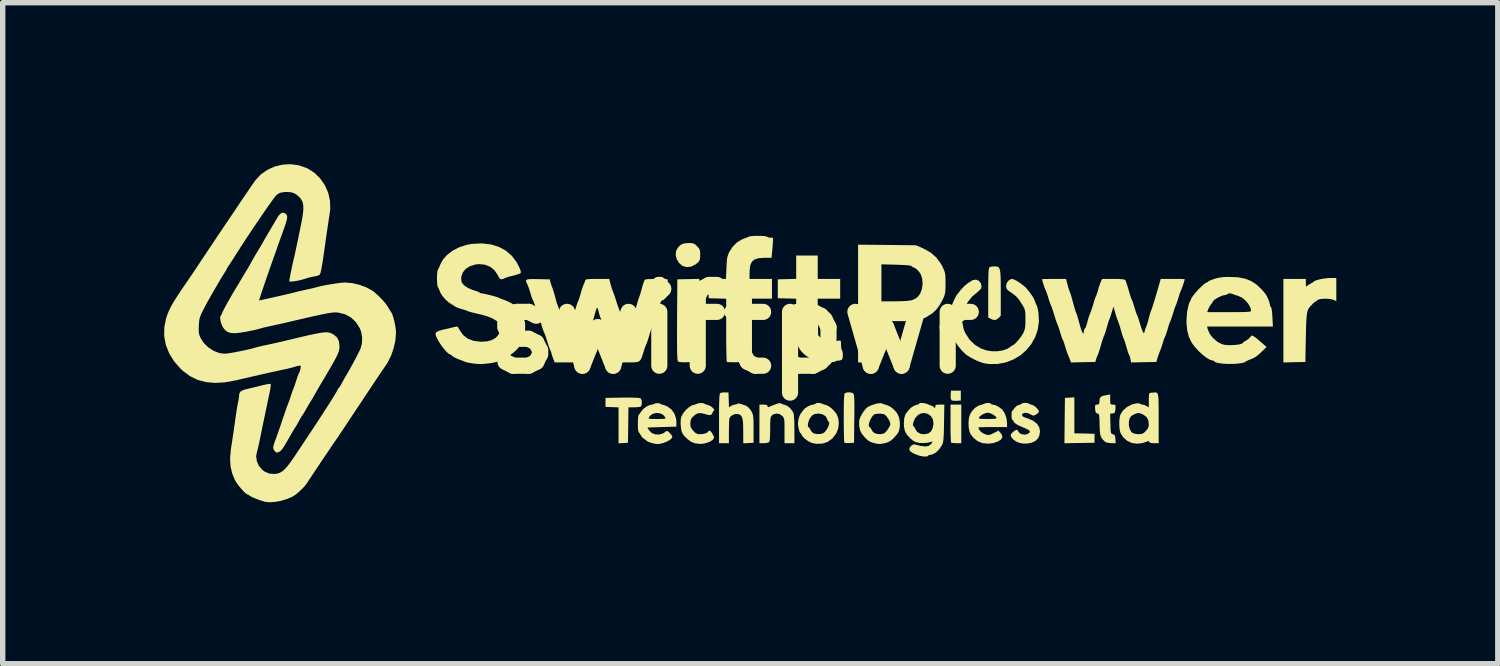
<source format=kicad_pcb>
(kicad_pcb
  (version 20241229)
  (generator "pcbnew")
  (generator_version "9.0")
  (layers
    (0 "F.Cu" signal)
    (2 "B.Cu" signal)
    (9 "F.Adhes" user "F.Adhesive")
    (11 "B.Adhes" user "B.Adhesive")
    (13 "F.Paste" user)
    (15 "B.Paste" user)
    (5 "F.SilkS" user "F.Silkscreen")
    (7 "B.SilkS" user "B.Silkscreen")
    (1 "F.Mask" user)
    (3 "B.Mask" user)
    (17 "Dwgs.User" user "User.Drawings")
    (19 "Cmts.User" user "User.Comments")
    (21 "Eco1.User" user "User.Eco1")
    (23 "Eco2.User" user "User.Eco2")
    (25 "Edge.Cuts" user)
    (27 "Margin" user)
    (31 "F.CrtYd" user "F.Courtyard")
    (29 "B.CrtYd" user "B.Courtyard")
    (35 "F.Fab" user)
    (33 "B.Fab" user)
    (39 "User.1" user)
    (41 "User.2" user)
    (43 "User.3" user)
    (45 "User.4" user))
  (footprint "swiftpwr"
    (layer "F.Cu")
    (at 10.59 3.065)
    (property "Reference" "swiftpwr" (at 0 0 0) (layer "F.SilkS") (effects (font (size 1.5 1.5) (thickness 0.3))))
    (attr board_only exclude_from_pos_files exclude_from_bom)
    (fp_poly (pts (xy 4.208 1.234) (xy 4.208 1.326) (xy 4.133 1.33) (xy 4.083 1.33) (xy 4.045 1.324) (xy 4.036 1.32) (xy 4.022 1.291) (xy 4.019 1.233) (xy 4.02 1.224) (xy 4.025 1.142) (xy 4.117 1.142) (xy 4.208 1.142)) (stroke (width 0) (type solid)) (fill yes) (layer "F.SilkS"))
    (fp_poly (pts (xy 6.317 1.6) (xy 6.317 1.934) (xy 6.504 1.938) (xy 6.692 1.943) (xy 6.692 2.026) (xy 6.692 2.11) (xy 6.412 2.114) (xy 6.133 2.119) (xy 6.137 1.697) (xy 6.142 1.276) (xy 6.229 1.271) (xy 6.317 1.266)) (stroke (width 0) (type solid)) (fill yes) (layer "F.SilkS"))
    (fp_poly (pts (xy 4.217 1.759) (xy 4.217 2.118) (xy 4.128 2.118) (xy 4.076 2.116) (xy 4.039 2.111) (xy 4.028 2.107) (xy 4.024 2.088) (xy 4.022 2.04) (xy 4.019 1.969) (xy 4.017 1.881) (xy 4.017 1.779) (xy 4.017 1.748) (xy 4.017 1.401) (xy 4.117 1.401) (xy 4.217 1.401)) (stroke (width 0) (type solid)) (fill yes) (layer "F.SilkS"))
    (fp_poly (pts (xy -0.654 -0.163) (xy -0.658 0.609) (xy -0.843 0.613) (xy -0.931 0.615) (xy -0.99 0.613) (xy -1.027 0.607) (xy -1.046 0.597) (xy -1.048 0.595) (xy -1.053 0.579) (xy -1.057 0.542) (xy -1.06 0.484) (xy -1.062 0.401) (xy -1.063 0.292) (xy -1.064 0.156) (xy -1.063 -0.011) (xy -1.063 -0.177) (xy -1.058 -0.926) (xy -0.854 -0.93) (xy -0.65 -0.935)) (stroke (width 0) (type solid)) (fill yes) (layer "F.SilkS"))
    (fp_poly (pts (xy -1.853 1.272) (xy -1.787 1.275) (xy -1.749 1.282) (xy -1.74 1.286) (xy -1.723 1.316) (xy -1.717 1.36) (xy -1.721 1.404) (xy -1.735 1.435) (xy -1.743 1.441) (xy -1.773 1.446) (xy -1.824 1.45) (xy -1.868 1.451) (xy -1.966 1.451) (xy -1.97 1.78) (xy -1.975 2.11) (xy -2.062 2.115) (xy -2.15 2.12) (xy -2.15 1.786) (xy -2.15 1.452) (xy -2.271 1.448) (xy -2.392 1.443) (xy -2.392 1.359) (xy -2.392 1.276) (xy -2.077 1.271) (xy -1.949 1.27)) (stroke (width 0) (type solid)) (fill yes) (layer "F.SilkS"))
    (fp_poly (pts (xy -0.789 -1.599) (xy -0.751 -1.589) (xy -0.718 -1.567) (xy -0.692 -1.542) (xy -0.657 -1.503) (xy -0.639 -1.468) (xy -0.634 -1.421) (xy -0.633 -1.393) (xy -0.635 -1.325) (xy -0.645 -1.28) (xy -0.668 -1.245) (xy -0.71 -1.212) (xy -0.726 -1.2) (xy -0.806 -1.161) (xy -0.886 -1.153) (xy -0.96 -1.175) (xy -0.968 -1.18) (xy -1.029 -1.233) (xy -1.07 -1.302) (xy -1.088 -1.377) (xy -1.082 -1.45) (xy -1.051 -1.511) (xy -1.005 -1.56) (xy -0.953 -1.588) (xy -0.885 -1.599) (xy -0.846 -1.6)) (stroke (width 0) (type solid)) (fill yes) (layer "F.SilkS"))
    (fp_poly (pts (xy 4.862 -1.167) (xy 4.89 -1.161) (xy 4.911 -1.149) (xy 4.926 -1.125) (xy 4.937 -1.086) (xy 4.944 -1.029) (xy 4.948 -0.951) (xy 4.95 -0.847) (xy 4.95 -0.714) (xy 4.95 -0.671) (xy 4.95 -0.249) (xy 4.909 -0.208) (xy 4.865 -0.175) (xy 4.819 -0.171) (xy 4.763 -0.193) (xy 4.717 -0.218) (xy 4.717 -0.673) (xy 4.717 -0.821) (xy 4.719 -0.938) (xy 4.721 -1.027) (xy 4.725 -1.09) (xy 4.73 -1.129) (xy 4.736 -1.147) (xy 4.737 -1.147) (xy 4.765 -1.16) (xy 4.811 -1.167) (xy 4.827 -1.167)) (stroke (width 0) (type solid)) (fill yes) (layer "F.SilkS"))
    (fp_poly (pts (xy 2.196 1.185) (xy 2.204 1.191) (xy 2.213 1.2) (xy 2.22 1.214) (xy 2.225 1.238) (xy 2.228 1.275) (xy 2.23 1.329) (xy 2.231 1.404) (xy 2.231 1.503) (xy 2.23 1.632) (xy 2.229 1.661) (xy 2.225 2.11) (xy 2.141 2.115) (xy 2.091 2.115) (xy 2.055 2.112) (xy 2.045 2.108) (xy 2.042 2.088) (xy 2.039 2.04) (xy 2.037 1.968) (xy 2.035 1.875) (xy 2.034 1.768) (xy 2.033 1.65) (xy 2.034 1.507) (xy 2.035 1.395) (xy 2.037 1.31) (xy 2.041 1.25) (xy 2.045 1.212) (xy 2.052 1.192) (xy 2.054 1.189) (xy 2.096 1.174) (xy 2.149 1.173)) (stroke (width 0) (type solid)) (fill yes) (layer "F.SilkS"))
    (fp_poly (pts (xy 11.183 -0.735) (xy 11.183 -0.519) (xy 11.137 -0.543) (xy 11.091 -0.557) (xy 11.026 -0.565) (xy 10.955 -0.566) (xy 10.891 -0.561) (xy 10.846 -0.548) (xy 10.846 -0.548) (xy 10.759 -0.486) (xy 10.687 -0.41) (xy 10.67 -0.386) (xy 10.656 -0.358) (xy 10.645 -0.323) (xy 10.636 -0.276) (xy 10.63 -0.213) (xy 10.625 -0.131) (xy 10.621 -0.024) (xy 10.618 0.11) (xy 10.617 0.158) (xy 10.608 0.609) (xy 10.404 0.613) (xy 10.2 0.618) (xy 10.2 -0.158) (xy 10.2 -0.934) (xy 10.408 -0.934) (xy 10.617 -0.934) (xy 10.617 -0.855) (xy 10.619 -0.813) (xy 10.625 -0.792) (xy 10.629 -0.793) (xy 10.651 -0.813) (xy 10.689 -0.838) (xy 10.7 -0.843) (xy 10.739 -0.866) (xy 10.764 -0.884) (xy 10.767 -0.886) (xy 10.793 -0.902) (xy 10.844 -0.918) (xy 10.909 -0.933) (xy 10.981 -0.944) (xy 11.048 -0.95) (xy 11.07 -0.951) (xy 11.183 -0.951)) (stroke (width 0) (type solid)) (fill yes) (layer "F.SilkS"))
    (fp_poly (pts (xy 0.872 1.382) (xy 0.874 1.383) (xy 0.902 1.396) (xy 0.944 1.408) (xy 0.997 1.433) (xy 1.049 1.48) (xy 1.09 1.538) (xy 1.101 1.561) (xy 1.106 1.592) (xy 1.111 1.649) (xy 1.115 1.726) (xy 1.116 1.815) (xy 1.117 1.861) (xy 1.117 2.118) (xy 1.025 2.118) (xy 0.933 2.118) (xy 0.933 1.887) (xy 0.933 1.795) (xy 0.932 1.729) (xy 0.928 1.685) (xy 0.921 1.655) (xy 0.911 1.634) (xy 0.896 1.615) (xy 0.892 1.612) (xy 0.841 1.577) (xy 0.781 1.567) (xy 0.725 1.582) (xy 0.7 1.601) (xy 0.686 1.618) (xy 0.677 1.64) (xy 0.671 1.673) (xy 0.668 1.724) (xy 0.667 1.798) (xy 0.667 1.856) (xy 0.665 1.965) (xy 0.661 2.041) (xy 0.653 2.086) (xy 0.647 2.098) (xy 0.619 2.11) (xy 0.572 2.117) (xy 0.547 2.118) (xy 0.467 2.118) (xy 0.467 1.759) (xy 0.467 1.401) (xy 0.542 1.401) (xy 0.591 1.404) (xy 0.614 1.415) (xy 0.617 1.426) (xy 0.619 1.444) (xy 0.63 1.449) (xy 0.658 1.439) (xy 0.687 1.427) (xy 0.763 1.396) (xy 0.816 1.378) (xy 0.85 1.374)) (stroke (width 0) (type solid)) (fill yes) (layer "F.SilkS"))
    (fp_poly (pts (xy -0.175 1.174) (xy -0.108 1.176) (xy -0.103 1.314) (xy -0.099 1.452) (xy -0.062 1.426) (xy -0.02 1.407) (xy 0.011 1.401) (xy 0.044 1.395) (xy 0.057 1.386) (xy 0.068 1.379) (xy 0.091 1.381) (xy 0.133 1.392) (xy 0.198 1.414) (xy 0.22 1.422) (xy 0.259 1.449) (xy 0.3 1.497) (xy 0.312 1.515) (xy 0.329 1.546) (xy 0.341 1.574) (xy 0.349 1.606) (xy 0.354 1.648) (xy 0.357 1.707) (xy 0.358 1.789) (xy 0.358 1.851) (xy 0.358 2.11) (xy 0.263 2.115) (xy 0.167 2.12) (xy 0.166 1.898) (xy 0.165 1.79) (xy 0.16 1.71) (xy 0.15 1.654) (xy 0.133 1.616) (xy 0.109 1.592) (xy 0.078 1.577) (xy 0.028 1.574) (xy -0.026 1.591) (xy -0.07 1.623) (xy -0.09 1.657) (xy -0.094 1.687) (xy -0.097 1.742) (xy -0.099 1.816) (xy -0.1 1.899) (xy -0.1 1.905) (xy -0.1 2.118) (xy -0.192 2.118) (xy -0.283 2.118) (xy -0.283 1.661) (xy -0.283 1.517) (xy -0.282 1.402) (xy -0.279 1.315) (xy -0.276 1.253) (xy -0.271 1.213) (xy -0.266 1.192) (xy -0.263 1.188) (xy -0.233 1.178) (xy -0.187 1.174)) (stroke (width 0) (type solid)) (fill yes) (layer "F.SilkS"))
    (fp_poly (pts (xy 6.983 1.307) (xy 6.984 1.36) (xy 6.989 1.388) (xy 7.003 1.399) (xy 7.031 1.401) (xy 7.034 1.401) (xy 7.065 1.403) (xy 7.079 1.413) (xy 7.082 1.442) (xy 7.08 1.48) (xy 7.075 1.528) (xy 7.065 1.553) (xy 7.043 1.563) (xy 7.029 1.565) (xy 6.982 1.57) (xy 6.987 1.756) (xy 6.989 1.837) (xy 6.992 1.89) (xy 6.998 1.922) (xy 7.006 1.94) (xy 7.02 1.948) (xy 7.033 1.951) (xy 7.059 1.962) (xy 7.073 1.984) (xy 7.079 2.028) (xy 7.08 2.04) (xy 7.085 2.118) (xy 7.013 2.117) (xy 6.959 2.113) (xy 6.914 2.104) (xy 6.906 2.102) (xy 6.874 2.079) (xy 6.838 2.041) (xy 6.831 2.032) (xy 6.814 2.005) (xy 6.803 1.976) (xy 6.795 1.937) (xy 6.79 1.881) (xy 6.787 1.802) (xy 6.786 1.773) (xy 6.784 1.688) (xy 6.78 1.63) (xy 6.776 1.595) (xy 6.768 1.575) (xy 6.757 1.567) (xy 6.744 1.565) (xy 6.722 1.556) (xy 6.71 1.533) (xy 6.704 1.486) (xy 6.703 1.48) (xy 6.701 1.432) (xy 6.707 1.409) (xy 6.724 1.402) (xy 6.741 1.401) (xy 6.768 1.397) (xy 6.78 1.38) (xy 6.783 1.341) (xy 6.783 1.335) (xy 6.788 1.288) (xy 6.808 1.258) (xy 6.848 1.238) (xy 6.915 1.224) (xy 6.983 1.213)) (stroke (width 0) (type solid)) (fill yes) (layer "F.SilkS"))
    (fp_poly (pts (xy 1.55 -1.151) (xy 1.55 -0.934) (xy 1.758 -0.934) (xy 1.967 -0.934) (xy 1.967 -0.75) (xy 1.967 -0.567) (xy 1.757 -0.567) (xy 1.548 -0.567) (xy 1.553 -0.227) (xy 1.558 0.114) (xy 1.61 0.163) (xy 1.677 0.205) (xy 1.762 0.227) (xy 1.856 0.226) (xy 1.895 0.22) (xy 1.94 0.212) (xy 1.969 0.211) (xy 1.974 0.213) (xy 1.98 0.234) (xy 1.983 0.276) (xy 1.983 0.302) (xy 1.987 0.351) (xy 1.995 0.385) (xy 2 0.392) (xy 2.01 0.413) (xy 2.016 0.456) (xy 2.017 0.483) (xy 2.012 0.539) (xy 1.995 0.57) (xy 1.957 0.582) (xy 1.925 0.584) (xy 1.89 0.59) (xy 1.875 0.6) (xy 1.854 0.608) (xy 1.81 0.613) (xy 1.751 0.615) (xy 1.686 0.615) (xy 1.625 0.612) (xy 1.578 0.606) (xy 1.558 0.601) (xy 1.523 0.587) (xy 1.472 0.568) (xy 1.446 0.559) (xy 1.385 0.528) (xy 1.318 0.481) (xy 1.285 0.452) (xy 1.246 0.412) (xy 1.216 0.373) (xy 1.192 0.33) (xy 1.175 0.278) (xy 1.163 0.214) (xy 1.156 0.133) (xy 1.152 0.029) (xy 1.15 -0.101) (xy 1.15 -0.186) (xy 1.15 -0.566) (xy 0.979 -0.571) (xy 0.808 -0.575) (xy 0.808 -0.75) (xy 0.808 -0.926) (xy 0.979 -0.93) (xy 1.15 -0.935) (xy 1.15 -1.151) (xy 1.15 -1.368) (xy 1.35 -1.368) (xy 1.55 -1.368)) (stroke (width 0) (type solid)) (fill yes) (layer "F.SilkS"))
    (fp_poly (pts (xy 0.482 -1.734) (xy 0.542 -1.731) (xy 0.587 -1.726) (xy 0.608 -1.718) (xy 0.608 -1.718) (xy 0.631 -1.706) (xy 0.665 -1.701) (xy 0.701 -1.699) (xy 0.719 -1.694) (xy 0.72 -1.675) (xy 0.718 -1.63) (xy 0.714 -1.567) (xy 0.709 -1.506) (xy 0.692 -1.326) (xy 0.555 -1.326) (xy 0.453 -1.319) (xy 0.378 -1.297) (xy 0.328 -1.255) (xy 0.298 -1.191) (xy 0.285 -1.1) (xy 0.284 -1.055) (xy 0.283 -0.934) (xy 0.492 -0.934) (xy 0.7 -0.934) (xy 0.7 -0.75) (xy 0.7 -0.567) (xy 0.492 -0.567) (xy 0.284 -0.567) (xy 0.279 0.021) (xy 0.275 0.609) (xy 0.074 0.613) (xy -0.005 0.614) (xy -0.071 0.613) (xy -0.118 0.611) (xy -0.138 0.606) (xy -0.138 0.606) (xy -0.141 0.588) (xy -0.144 0.539) (xy -0.146 0.465) (xy -0.148 0.37) (xy -0.149 0.256) (xy -0.15 0.129) (xy -0.15 0.015) (xy -0.15 -0.566) (xy -0.312 -0.571) (xy -0.475 -0.575) (xy -0.48 -0.755) (xy -0.484 -0.934) (xy -0.319 -0.934) (xy -0.154 -0.934) (xy -0.146 -1.138) (xy -0.141 -1.229) (xy -0.136 -1.295) (xy -0.127 -1.346) (xy -0.113 -1.388) (xy -0.094 -1.432) (xy -0.093 -1.434) (xy -0.03 -1.532) (xy 0.051 -1.612) (xy 0.142 -1.668) (xy 0.165 -1.677) (xy 0.217 -1.696) (xy 0.259 -1.714) (xy 0.271 -1.719) (xy 0.301 -1.727) (xy 0.352 -1.732) (xy 0.416 -1.734)) (stroke (width 0) (type solid)) (fill yes) (layer "F.SilkS"))
    (fp_poly (pts (xy -0.572 1.376) (xy -0.56 1.382) (xy -0.531 1.396) (xy -0.49 1.408) (xy -0.452 1.423) (xy -0.415 1.448) (xy -0.386 1.475) (xy -0.372 1.5) (xy -0.379 1.513) (xy -0.399 1.534) (xy -0.4 1.542) (xy -0.412 1.57) (xy -0.425 1.585) (xy -0.447 1.595) (xy -0.479 1.594) (xy -0.531 1.58) (xy -0.54 1.577) (xy -0.616 1.559) (xy -0.676 1.562) (xy -0.728 1.589) (xy -0.784 1.643) (xy -0.796 1.658) (xy -0.809 1.69) (xy -0.816 1.738) (xy -0.817 1.756) (xy -0.812 1.808) (xy -0.792 1.851) (xy -0.76 1.89) (xy -0.72 1.929) (xy -0.683 1.947) (xy -0.636 1.951) (xy -0.58 1.946) (xy -0.53 1.933) (xy -0.494 1.915) (xy -0.483 1.899) (xy -0.473 1.884) (xy -0.451 1.889) (xy -0.427 1.91) (xy -0.419 1.922) (xy -0.396 1.963) (xy -0.381 1.987) (xy -0.375 2.019) (xy -0.398 2.053) (xy -0.445 2.085) (xy -0.509 2.111) (xy -0.581 2.128) (xy -0.645 2.131) (xy -0.719 2.121) (xy -0.743 2.116) (xy -0.802 2.091) (xy -0.867 2.044) (xy -0.927 1.986) (xy -0.965 1.934) (xy -0.982 1.884) (xy -0.993 1.815) (xy -0.997 1.738) (xy -0.993 1.668) (xy -0.984 1.627) (xy -0.953 1.567) (xy -0.905 1.506) (xy -0.848 1.454) (xy -0.791 1.418) (xy -0.766 1.409) (xy -0.722 1.398) (xy -0.693 1.386) (xy -0.692 1.385) (xy -0.658 1.374) (xy -0.612 1.371)) (stroke (width 0) (type solid)) (fill yes) (layer "F.SilkS"))
    (fp_poly (pts (xy 2.837 -1.565) (xy 3.375 -1.559) (xy 3.508 -1.501) (xy 3.644 -1.426) (xy 3.754 -1.33) (xy 3.841 -1.211) (xy 3.869 -1.157) (xy 3.893 -1.105) (xy 3.909 -1.063) (xy 3.918 -1.02) (xy 3.922 -0.968) (xy 3.924 -0.896) (xy 3.924 -0.851) (xy 3.923 -0.766) (xy 3.92 -0.704) (xy 3.913 -0.658) (xy 3.9 -0.616) (xy 3.881 -0.569) (xy 3.87 -0.546) (xy 3.814 -0.446) (xy 3.749 -0.36) (xy 3.681 -0.296) (xy 3.643 -0.272) (xy 3.606 -0.251) (xy 3.584 -0.234) (xy 3.583 -0.233) (xy 3.564 -0.221) (xy 3.523 -0.204) (xy 3.471 -0.185) (xy 3.43 -0.172) (xy 3.389 -0.163) (xy 3.341 -0.157) (xy 3.281 -0.153) (xy 3.201 -0.151) (xy 3.097 -0.15) (xy 3.051 -0.15) (xy 2.734 -0.15) (xy 2.729 0.229) (xy 2.725 0.609) (xy 2.513 0.613) (xy 2.3 0.618) (xy 2.3 -0.476) (xy 2.3 -1.205) (xy 2.733 -1.205) (xy 2.733 -0.861) (xy 2.733 -0.517) (xy 2.987 -0.518) (xy 3.119 -0.52) (xy 3.218 -0.526) (xy 3.285 -0.536) (xy 3.305 -0.541) (xy 3.356 -0.564) (xy 3.399 -0.591) (xy 3.403 -0.595) (xy 3.452 -0.658) (xy 3.484 -0.742) (xy 3.498 -0.836) (xy 3.492 -0.931) (xy 3.468 -1.011) (xy 3.438 -1.06) (xy 3.397 -1.105) (xy 3.354 -1.138) (xy 3.32 -1.151) (xy 3.299 -1.164) (xy 3.296 -1.17) (xy 3.279 -1.179) (xy 3.234 -1.186) (xy 3.159 -1.192) (xy 3.053 -1.196) (xy 3.012 -1.198) (xy 2.733 -1.205) (xy 2.3 -1.205) (xy 2.3 -1.57)) (stroke (width 0) (type solid)) (fill yes) (layer "F.SilkS"))
    (fp_poly (pts (xy 2.753 1.382) (xy 2.758 1.385) (xy 2.785 1.397) (xy 2.828 1.408) (xy 2.83 1.409) (xy 2.891 1.435) (xy 2.955 1.483) (xy 3.012 1.545) (xy 3.031 1.573) (xy 3.061 1.644) (xy 3.076 1.728) (xy 3.075 1.814) (xy 3.059 1.891) (xy 3.031 1.943) (xy 2.966 2.018) (xy 2.909 2.069) (xy 2.853 2.101) (xy 2.802 2.116) (xy 2.738 2.129) (xy 2.69 2.132) (xy 2.644 2.127) (xy 2.582 2.112) (xy 2.576 2.11) (xy 2.521 2.09) (xy 2.473 2.058) (xy 2.423 2.009) (xy 2.364 1.936) (xy 2.363 1.934) (xy 2.338 1.881) (xy 2.322 1.809) (xy 2.321 1.79) (xy 2.497 1.79) (xy 2.505 1.814) (xy 2.515 1.818) (xy 2.531 1.832) (xy 2.549 1.865) (xy 2.549 1.866) (xy 2.575 1.906) (xy 2.605 1.931) (xy 2.661 1.947) (xy 2.725 1.949) (xy 2.779 1.937) (xy 2.785 1.934) (xy 2.814 1.908) (xy 2.848 1.866) (xy 2.878 1.818) (xy 2.897 1.776) (xy 2.9 1.761) (xy 2.89 1.722) (xy 2.865 1.672) (xy 2.832 1.624) (xy 2.799 1.59) (xy 2.786 1.582) (xy 2.731 1.57) (xy 2.668 1.569) (xy 2.614 1.578) (xy 2.601 1.584) (xy 2.571 1.61) (xy 2.542 1.652) (xy 2.518 1.701) (xy 2.502 1.75) (xy 2.497 1.79) (xy 2.321 1.79) (xy 2.319 1.731) (xy 2.323 1.688) (xy 2.338 1.641) (xy 2.367 1.583) (xy 2.397 1.536) (xy 2.438 1.482) (xy 2.477 1.447) (xy 2.528 1.421) (xy 2.565 1.407) (xy 2.65 1.381) (xy 2.712 1.373)) (stroke (width 0) (type solid)) (fill yes) (layer "F.SilkS"))
    (fp_poly (pts (xy 4.746 1.373) (xy 4.766 1.381) (xy 4.767 1.384) (xy 4.781 1.398) (xy 4.801 1.401) (xy 4.852 1.412) (xy 4.912 1.443) (xy 4.967 1.484) (xy 4.981 1.498) (xy 5.026 1.566) (xy 5.056 1.654) (xy 5.067 1.745) (xy 5.067 1.818) (xy 4.8 1.818) (xy 4.71 1.818) (xy 4.633 1.82) (xy 4.574 1.821) (xy 4.54 1.824) (xy 4.533 1.825) (xy 4.548 1.867) (xy 4.584 1.909) (xy 4.633 1.941) (xy 4.636 1.942) (xy 4.686 1.96) (xy 4.723 1.966) (xy 4.76 1.957) (xy 4.811 1.934) (xy 4.826 1.926) (xy 4.908 1.884) (xy 4.946 1.927) (xy 4.977 1.974) (xy 4.979 2.014) (xy 4.952 2.051) (xy 4.892 2.088) (xy 4.889 2.09) (xy 4.81 2.116) (xy 4.716 2.126) (xy 4.622 2.118) (xy 4.595 2.112) (xy 4.515 2.076) (xy 4.444 2.019) (xy 4.39 1.951) (xy 4.369 1.902) (xy 4.354 1.823) (xy 4.351 1.733) (xy 4.359 1.648) (xy 4.361 1.643) (xy 4.544 1.643) (xy 4.544 1.654) (xy 4.559 1.662) (xy 4.593 1.666) (xy 4.653 1.667) (xy 4.708 1.668) (xy 4.79 1.667) (xy 4.842 1.663) (xy 4.869 1.657) (xy 4.875 1.648) (xy 4.874 1.647) (xy 4.85 1.617) (xy 4.806 1.586) (xy 4.755 1.561) (xy 4.711 1.551) (xy 4.709 1.551) (xy 4.662 1.56) (xy 4.61 1.584) (xy 4.566 1.615) (xy 4.544 1.643) (xy 4.361 1.643) (xy 4.376 1.588) (xy 4.416 1.521) (xy 4.472 1.462) (xy 4.535 1.421) (xy 4.569 1.409) (xy 4.612 1.398) (xy 4.641 1.386) (xy 4.642 1.385) (xy 4.67 1.375) (xy 4.709 1.371)) (stroke (width 0) (type solid)) (fill yes) (layer "F.SilkS"))
    (fp_poly (pts (xy 5.446 1.371) (xy 5.473 1.382) (xy 5.475 1.384) (xy 5.498 1.398) (xy 5.518 1.401) (xy 5.551 1.412) (xy 5.591 1.439) (xy 5.628 1.474) (xy 5.653 1.508) (xy 5.659 1.534) (xy 5.659 1.534) (xy 5.639 1.56) (xy 5.603 1.586) (xy 5.602 1.587) (xy 5.566 1.604) (xy 5.54 1.602) (xy 5.506 1.583) (xy 5.452 1.558) (xy 5.4 1.552) (xy 5.36 1.566) (xy 5.353 1.572) (xy 5.343 1.598) (xy 5.358 1.62) (xy 5.402 1.642) (xy 5.457 1.66) (xy 5.551 1.7) (xy 5.622 1.756) (xy 5.665 1.823) (xy 5.68 1.899) (xy 5.665 1.98) (xy 5.64 2.03) (xy 5.592 2.077) (xy 5.521 2.11) (xy 5.436 2.125) (xy 5.345 2.122) (xy 5.294 2.111) (xy 5.231 2.084) (xy 5.177 2.044) (xy 5.143 1.999) (xy 5.134 1.967) (xy 5.146 1.942) (xy 5.176 1.91) (xy 5.213 1.883) (xy 5.244 1.868) (xy 5.248 1.868) (xy 5.266 1.882) (xy 5.275 1.9) (xy 5.301 1.933) (xy 5.347 1.953) (xy 5.4 1.959) (xy 5.445 1.948) (xy 5.484 1.923) (xy 5.492 1.898) (xy 5.468 1.872) (xy 5.412 1.844) (xy 5.4 1.839) (xy 5.302 1.798) (xy 5.235 1.762) (xy 5.199 1.731) (xy 5.192 1.719) (xy 5.177 1.691) (xy 5.166 1.684) (xy 5.157 1.669) (xy 5.151 1.631) (xy 5.15 1.601) (xy 5.152 1.553) (xy 5.158 1.523) (xy 5.162 1.518) (xy 5.178 1.504) (xy 5.2 1.473) (xy 5.202 1.469) (xy 5.245 1.425) (xy 5.281 1.41) (xy 5.32 1.397) (xy 5.342 1.383) (xy 5.342 1.383) (xy 5.365 1.372) (xy 5.405 1.368)) (stroke (width 0) (type solid)) (fill yes) (layer "F.SilkS"))
    (fp_poly (pts (xy 7.847 1.179) (xy 7.86 1.192) (xy 7.869 1.215) (xy 7.876 1.255) (xy 7.88 1.313) (xy 7.882 1.393) (xy 7.883 1.498) (xy 7.883 1.633) (xy 7.883 1.661) (xy 7.883 2.118) (xy 7.799 2.118) (xy 7.741 2.114) (xy 7.711 2.101) (xy 7.706 2.093) (xy 7.695 2.078) (xy 7.674 2.082) (xy 7.652 2.092) (xy 7.575 2.117) (xy 7.484 2.126) (xy 7.395 2.116) (xy 7.381 2.112) (xy 7.296 2.072) (xy 7.224 2.008) (xy 7.174 1.928) (xy 7.159 1.867) (xy 7.152 1.788) (xy 7.152 1.718) (xy 7.329 1.718) (xy 7.33 1.792) (xy 7.347 1.859) (xy 7.378 1.91) (xy 7.405 1.931) (xy 7.445 1.943) (xy 7.499 1.95) (xy 7.515 1.95) (xy 7.564 1.947) (xy 7.601 1.931) (xy 7.64 1.896) (xy 7.644 1.892) (xy 7.682 1.844) (xy 7.698 1.799) (xy 7.7 1.767) (xy 7.69 1.689) (xy 7.658 1.632) (xy 7.6 1.588) (xy 7.588 1.583) (xy 7.542 1.562) (xy 7.51 1.556) (xy 7.474 1.563) (xy 7.44 1.576) (xy 7.377 1.61) (xy 7.346 1.649) (xy 7.329 1.718) (xy 7.152 1.718) (xy 7.152 1.704) (xy 7.161 1.628) (xy 7.174 1.582) (xy 7.221 1.51) (xy 7.291 1.448) (xy 7.377 1.402) (xy 7.394 1.396) (xy 7.469 1.377) (xy 7.519 1.377) (xy 7.544 1.389) (xy 7.569 1.399) (xy 7.587 1.401) (xy 7.623 1.41) (xy 7.659 1.428) (xy 7.7 1.455) (xy 7.7 1.319) (xy 7.701 1.253) (xy 7.704 1.212) (xy 7.711 1.191) (xy 7.724 1.183) (xy 7.737 1.181) (xy 7.784 1.178) (xy 7.808 1.176) (xy 7.83 1.175)) (stroke (width 0) (type solid)) (fill yes) (layer "F.SilkS"))
    (fp_poly (pts (xy 1.618 1.378) (xy 1.629 1.383) (xy 1.668 1.399) (xy 1.704 1.408) (xy 1.755 1.431) (xy 1.813 1.475) (xy 1.868 1.533) (xy 1.902 1.579) (xy 1.932 1.657) (xy 1.942 1.749) (xy 1.93 1.844) (xy 1.898 1.93) (xy 1.893 1.939) (xy 1.822 2.03) (xy 1.735 2.093) (xy 1.634 2.126) (xy 1.522 2.129) (xy 1.447 2.115) (xy 1.401 2.096) (xy 1.35 2.064) (xy 1.302 2.026) (xy 1.266 1.989) (xy 1.25 1.961) (xy 1.25 1.958) (xy 1.241 1.937) (xy 1.234 1.935) (xy 1.219 1.92) (xy 1.204 1.881) (xy 1.192 1.829) (xy 1.187 1.792) (xy 1.366 1.792) (xy 1.373 1.815) (xy 1.379 1.818) (xy 1.394 1.831) (xy 1.413 1.865) (xy 1.415 1.869) (xy 1.441 1.909) (xy 1.472 1.935) (xy 1.473 1.935) (xy 1.534 1.948) (xy 1.6 1.947) (xy 1.654 1.931) (xy 1.663 1.925) (xy 1.695 1.894) (xy 1.724 1.852) (xy 1.748 1.805) (xy 1.762 1.761) (xy 1.764 1.73) (xy 1.751 1.718) (xy 1.737 1.703) (xy 1.725 1.669) (xy 1.725 1.667) (xy 1.698 1.618) (xy 1.646 1.584) (xy 1.575 1.568) (xy 1.558 1.568) (xy 1.493 1.575) (xy 1.446 1.602) (xy 1.405 1.655) (xy 1.402 1.66) (xy 1.382 1.704) (xy 1.37 1.751) (xy 1.366 1.792) (xy 1.187 1.792) (xy 1.184 1.773) (xy 1.183 1.749) (xy 1.191 1.683) (xy 1.209 1.617) (xy 1.235 1.566) (xy 1.245 1.554) (xy 1.271 1.52) (xy 1.284 1.5) (xy 1.312 1.47) (xy 1.36 1.439) (xy 1.413 1.413) (xy 1.459 1.401) (xy 1.465 1.401) (xy 1.497 1.393) (xy 1.508 1.384) (xy 1.533 1.371) (xy 1.575 1.369)) (stroke (width 0) (type solid)) (fill yes) (layer "F.SilkS"))
    (fp_poly (pts (xy -1.391 1.377) (xy -1.374 1.386) (xy -1.351 1.399) (xy -1.338 1.401) (xy -1.308 1.408) (xy -1.263 1.426) (xy -1.243 1.436) (xy -1.168 1.491) (xy -1.113 1.568) (xy -1.081 1.661) (xy -1.076 1.718) (xy -1.075 1.81) (xy -1.345 1.818) (xy -1.615 1.826) (xy -1.581 1.88) (xy -1.533 1.928) (xy -1.468 1.954) (xy -1.395 1.957) (xy -1.325 1.937) (xy -1.281 1.907) (xy -1.259 1.891) (xy -1.24 1.892) (xy -1.213 1.914) (xy -1.2 1.927) (xy -1.168 1.963) (xy -1.151 1.994) (xy -1.15 2) (xy -1.165 2.03) (xy -1.205 2.062) (xy -1.262 2.092) (xy -1.327 2.117) (xy -1.393 2.131) (xy -1.433 2.134) (xy -1.475 2.128) (xy -1.53 2.115) (xy -1.55 2.109) (xy -1.598 2.091) (xy -1.634 2.071) (xy -1.641 2.063) (xy -1.671 2.038) (xy -1.684 2.031) (xy -1.709 2.011) (xy -1.733 1.974) (xy -1.734 1.974) (xy -1.756 1.937) (xy -1.775 1.914) (xy -1.775 1.914) (xy -1.783 1.892) (xy -1.789 1.847) (xy -1.791 1.787) (xy -1.791 1.722) (xy -1.788 1.661) (xy -1.787 1.65) (xy -1.59 1.65) (xy -1.586 1.659) (xy -1.567 1.665) (xy -1.527 1.667) (xy -1.461 1.668) (xy -1.433 1.668) (xy -1.358 1.667) (xy -1.31 1.665) (xy -1.285 1.661) (xy -1.277 1.653) (xy -1.28 1.64) (xy -1.282 1.637) (xy -1.324 1.589) (xy -1.383 1.562) (xy -1.449 1.556) (xy -1.512 1.571) (xy -1.564 1.607) (xy -1.583 1.635) (xy -1.59 1.65) (xy -1.787 1.65) (xy -1.783 1.613) (xy -1.775 1.589) (xy -1.774 1.588) (xy -1.754 1.566) (xy -1.729 1.529) (xy -1.724 1.521) (xy -1.688 1.48) (xy -1.636 1.441) (xy -1.579 1.412) (xy -1.531 1.401) (xy -1.5 1.394) (xy -1.493 1.389) (xy -1.467 1.378) (xy -1.428 1.374)) (stroke (width 0) (type solid)) (fill yes) (layer "F.SilkS"))
    (fp_poly (pts (xy 3.53 1.375) (xy 3.577 1.386) (xy 3.6 1.396) (xy 3.636 1.412) (xy 3.657 1.417) (xy 3.68 1.428) (xy 3.703 1.445) (xy 3.725 1.463) (xy 3.733 1.455) (xy 3.733 1.437) (xy 3.737 1.416) (xy 3.754 1.405) (xy 3.791 1.401) (xy 3.818 1.401) (xy 3.902 1.401) (xy 3.896 1.747) (xy 3.894 1.867) (xy 3.891 1.958) (xy 3.887 2.026) (xy 3.882 2.075) (xy 3.875 2.111) (xy 3.866 2.138) (xy 3.859 2.151) (xy 3.805 2.233) (xy 3.743 2.293) (xy 3.677 2.328) (xy 3.634 2.335) (xy 3.607 2.342) (xy 3.6 2.352) (xy 3.585 2.363) (xy 3.548 2.366) (xy 3.497 2.362) (xy 3.442 2.351) (xy 3.413 2.342) (xy 3.328 2.307) (xy 3.274 2.273) (xy 3.251 2.24) (xy 3.256 2.204) (xy 3.285 2.167) (xy 3.326 2.141) (xy 3.356 2.142) (xy 3.464 2.169) (xy 3.547 2.178) (xy 3.608 2.169) (xy 3.65 2.141) (xy 3.668 2.116) (xy 3.679 2.091) (xy 3.67 2.087) (xy 3.656 2.092) (xy 3.583 2.111) (xy 3.494 2.116) (xy 3.424 2.11) (xy 3.364 2.095) (xy 3.309 2.062) (xy 3.271 2.029) (xy 3.207 1.961) (xy 3.169 1.891) (xy 3.152 1.81) (xy 3.151 1.773) (xy 3.317 1.773) (xy 3.322 1.798) (xy 3.33 1.801) (xy 3.344 1.815) (xy 3.361 1.85) (xy 3.364 1.857) (xy 3.399 1.91) (xy 3.455 1.942) (xy 3.525 1.952) (xy 3.603 1.937) (xy 3.606 1.935) (xy 3.652 1.901) (xy 3.684 1.843) (xy 3.699 1.767) (xy 3.7 1.746) (xy 3.687 1.67) (xy 3.651 1.613) (xy 3.599 1.575) (xy 3.538 1.558) (xy 3.474 1.563) (xy 3.414 1.592) (xy 3.364 1.646) (xy 3.351 1.67) (xy 3.327 1.728) (xy 3.317 1.773) (xy 3.151 1.773) (xy 3.15 1.753) (xy 3.157 1.654) (xy 3.179 1.582) (xy 3.208 1.541) (xy 3.239 1.505) (xy 3.254 1.486) (xy 3.287 1.455) (xy 3.335 1.425) (xy 3.383 1.405) (xy 3.408 1.401) (xy 3.43 1.392) (xy 3.433 1.383) (xy 3.448 1.372) (xy 3.483 1.37)) (stroke (width 0) (type solid)) (fill yes) (layer "F.SilkS"))
    (fp_poly (pts (xy 5.195 -0.924) (xy 5.246 -0.898) (xy 5.304 -0.861) (xy 5.361 -0.819) (xy 5.409 -0.779) (xy 5.43 -0.756) (xy 5.496 -0.673) (xy 5.541 -0.608) (xy 5.571 -0.554) (xy 5.585 -0.52) (xy 5.601 -0.476) (xy 5.616 -0.444) (xy 5.618 -0.441) (xy 5.627 -0.417) (xy 5.639 -0.369) (xy 5.65 -0.309) (xy 5.65 -0.305) (xy 5.659 -0.146) (xy 5.638 0.005) (xy 5.59 0.147) (xy 5.517 0.277) (xy 5.422 0.392) (xy 5.309 0.489) (xy 5.18 0.565) (xy 5.038 0.619) (xy 4.886 0.647) (xy 4.727 0.646) (xy 4.641 0.633) (xy 4.568 0.611) (xy 4.481 0.574) (xy 4.393 0.528) (xy 4.317 0.48) (xy 4.299 0.466) (xy 4.23 0.401) (xy 4.164 0.32) (xy 4.107 0.233) (xy 4.074 0.164) (xy 4.053 0.11) (xy 4.033 0.063) (xy 4.028 0.052) (xy 4.019 0.016) (xy 4.013 -0.046) (xy 4.01 -0.129) (xy 4.01 -0.182) (xy 4.011 -0.269) (xy 4.015 -0.332) (xy 4.023 -0.382) (xy 4.036 -0.429) (xy 4.057 -0.482) (xy 4.063 -0.497) (xy 4.091 -0.558) (xy 4.116 -0.608) (xy 4.134 -0.639) (xy 4.137 -0.642) (xy 4.16 -0.669) (xy 4.193 -0.711) (xy 4.208 -0.731) (xy 4.269 -0.797) (xy 4.344 -0.859) (xy 4.418 -0.905) (xy 4.431 -0.911) (xy 4.489 -0.921) (xy 4.541 -0.901) (xy 4.579 -0.855) (xy 4.581 -0.851) (xy 4.594 -0.793) (xy 4.578 -0.745) (xy 4.53 -0.7) (xy 4.528 -0.698) (xy 4.417 -0.605) (xy 4.332 -0.497) (xy 4.272 -0.377) (xy 4.239 -0.252) (xy 4.236 -0.124) (xy 4.262 0.002) (xy 4.29 0.069) (xy 4.368 0.192) (xy 4.468 0.289) (xy 4.586 0.36) (xy 4.685 0.394) (xy 4.785 0.41) (xy 4.888 0.41) (xy 4.986 0.395) (xy 5.069 0.366) (xy 5.124 0.331) (xy 5.153 0.308) (xy 5.17 0.3) (xy 5.194 0.288) (xy 5.23 0.254) (xy 5.272 0.208) (xy 5.314 0.155) (xy 5.35 0.103) (xy 5.367 0.074) (xy 5.386 0.032) (xy 5.398 -0.009) (xy 5.405 -0.057) (xy 5.408 -0.122) (xy 5.408 -0.183) (xy 5.408 -0.262) (xy 5.405 -0.317) (xy 5.398 -0.358) (xy 5.384 -0.394) (xy 5.361 -0.436) (xy 5.342 -0.467) (xy 5.289 -0.548) (xy 5.237 -0.608) (xy 5.177 -0.658) (xy 5.133 -0.687) (xy 5.086 -0.72) (xy 5.061 -0.748) (xy 5.051 -0.782) (xy 5.05 -0.81) (xy 5.063 -0.861) (xy 5.097 -0.905) (xy 5.141 -0.931) (xy 5.161 -0.934)) (stroke (width 0) (type solid)) (fill yes) (layer "F.SilkS"))
    (fp_poly (pts (xy 9.359 -0.964) (xy 9.489 -0.939) (xy 9.602 -0.894) (xy 9.705 -0.826) (xy 9.804 -0.731) (xy 9.868 -0.654) (xy 9.892 -0.615) (xy 9.917 -0.561) (xy 9.938 -0.506) (xy 9.949 -0.463) (xy 9.95 -0.456) (xy 9.957 -0.424) (xy 9.968 -0.414) (xy 9.977 -0.395) (xy 9.986 -0.347) (xy 9.993 -0.277) (xy 9.996 -0.229) (xy 10.005 -0.05) (xy 9.394 -0.05) (xy 8.783 -0.05) (xy 8.793 -0.004) (xy 8.829 0.082) (xy 8.891 0.163) (xy 8.972 0.232) (xy 9.058 0.278) (xy 9.106 0.29) (xy 9.169 0.296) (xy 9.24 0.296) (xy 9.311 0.292) (xy 9.374 0.284) (xy 9.423 0.272) (xy 9.448 0.256) (xy 9.45 0.25) (xy 9.464 0.236) (xy 9.496 0.218) (xy 9.542 0.19) (xy 9.574 0.158) (xy 9.6 0.129) (xy 9.62 0.117) (xy 9.62 0.117) (xy 9.643 0.128) (xy 9.686 0.159) (xy 9.745 0.207) (xy 9.817 0.269) (xy 9.828 0.278) (xy 9.887 0.331) (xy 9.813 0.403) (xy 9.749 0.463) (xy 9.697 0.505) (xy 9.647 0.535) (xy 9.59 0.56) (xy 9.584 0.562) (xy 9.538 0.581) (xy 9.507 0.597) (xy 9.5 0.602) (xy 9.472 0.618) (xy 9.418 0.631) (xy 9.346 0.64) (xy 9.261 0.645) (xy 9.171 0.645) (xy 9.084 0.641) (xy 9.007 0.631) (xy 9.004 0.63) (xy 8.955 0.619) (xy 8.924 0.606) (xy 8.917 0.599) (xy 8.903 0.585) (xy 8.892 0.584) (xy 8.843 0.571) (xy 8.78 0.536) (xy 8.711 0.484) (xy 8.639 0.42) (xy 8.572 0.349) (xy 8.515 0.277) (xy 8.491 0.24) (xy 8.444 0.14) (xy 8.415 0.03) (xy 8.401 -0.099) (xy 8.4 -0.159) (xy 8.411 -0.317) (xy 8.785 -0.317) (xy 9.193 -0.317) (xy 9.323 -0.317) (xy 9.423 -0.318) (xy 9.497 -0.32) (xy 9.548 -0.323) (xy 9.58 -0.327) (xy 9.596 -0.333) (xy 9.6 -0.34) (xy 9.586 -0.404) (xy 9.548 -0.472) (xy 9.493 -0.536) (xy 9.428 -0.588) (xy 9.362 -0.618) (xy 9.361 -0.618) (xy 9.311 -0.633) (xy 9.27 -0.648) (xy 9.263 -0.652) (xy 9.219 -0.665) (xy 9.179 -0.664) (xy 9.158 -0.65) (xy 9.135 -0.637) (xy 9.112 -0.634) (xy 9.073 -0.626) (xy 9.021 -0.605) (xy 8.968 -0.578) (xy 8.922 -0.549) (xy 8.895 -0.523) (xy 8.892 -0.517) (xy 8.874 -0.484) (xy 8.853 -0.457) (xy 8.826 -0.418) (xy 8.804 -0.371) (xy 8.785 -0.317) (xy 8.411 -0.317) (xy 8.411 -0.325) (xy 8.444 -0.468) (xy 8.495 -0.581) (xy 8.527 -0.628) (xy 8.571 -0.682) (xy 8.622 -0.739) (xy 8.675 -0.791) (xy 8.722 -0.834) (xy 8.759 -0.861) (xy 8.775 -0.867) (xy 8.797 -0.875) (xy 8.8 -0.882) (xy 8.815 -0.894) (xy 8.853 -0.911) (xy 8.908 -0.931) (xy 8.917 -0.934) (xy 8.99 -0.954) (xy 9.065 -0.966) (xy 9.154 -0.971) (xy 9.205 -0.971)) (stroke (width 0) (type solid)) (fill yes) (layer "F.SilkS"))
    (fp_poly (pts (xy -4.529 -1.576) (xy -4.378 -1.531) (xy -4.246 -1.461) (xy -4.134 -1.365) (xy -4.044 -1.245) (xy -4.009 -1.18) (xy -3.98 -1.116) (xy -3.966 -1.074) (xy -3.965 -1.05) (xy -3.971 -1.04) (xy -3.997 -1.028) (xy -4.045 -1.011) (xy -4.106 -0.995) (xy -4.117 -0.992) (xy -4.179 -0.977) (xy -4.228 -0.962) (xy -4.256 -0.952) (xy -4.258 -0.951) (xy -4.287 -0.937) (xy -4.313 -0.929) (xy -4.337 -0.928) (xy -4.357 -0.942) (xy -4.38 -0.978) (xy -4.394 -1.006) (xy -4.455 -1.096) (xy -4.537 -1.161) (xy -4.635 -1.199) (xy -4.745 -1.209) (xy -4.813 -1.201) (xy -4.911 -1.17) (xy -4.989 -1.12) (xy -5.044 -1.053) (xy -5.071 -0.974) (xy -5.073 -0.936) (xy -5.068 -0.885) (xy -5.05 -0.848) (xy -5.012 -0.809) (xy -4.946 -0.765) (xy -4.861 -0.729) (xy -4.842 -0.724) (xy -4.788 -0.706) (xy -4.749 -0.691) (xy -4.733 -0.68) (xy -4.733 -0.68) (xy -4.719 -0.669) (xy -4.703 -0.667) (xy -4.671 -0.663) (xy -4.619 -0.652) (xy -4.555 -0.637) (xy -4.49 -0.621) (xy -4.431 -0.604) (xy -4.39 -0.591) (xy -4.375 -0.584) (xy -4.351 -0.572) (xy -4.306 -0.555) (xy -4.273 -0.543) (xy -4.217 -0.521) (xy -4.158 -0.492) (xy -4.103 -0.459) (xy -4.059 -0.429) (xy -4.036 -0.405) (xy -4.033 -0.399) (xy -4.022 -0.378) (xy -3.994 -0.349) (xy -3.994 -0.349) (xy -3.964 -0.311) (xy -3.938 -0.259) (xy -3.933 -0.245) (xy -3.916 -0.198) (xy -3.901 -0.165) (xy -3.897 -0.159) (xy -3.889 -0.134) (xy -3.885 -0.086) (xy -3.884 -0.026) (xy -3.886 0.035) (xy -3.891 0.085) (xy -3.899 0.113) (xy -3.913 0.145) (xy -3.932 0.195) (xy -3.941 0.22) (xy -3.969 0.28) (xy -4.01 0.343) (xy -4.03 0.368) (xy -4.069 0.406) (xy -4.121 0.45) (xy -4.179 0.494) (xy -4.234 0.531) (xy -4.28 0.558) (xy -4.307 0.567) (xy -4.333 0.574) (xy -4.372 0.592) (xy -4.375 0.593) (xy -4.416 0.608) (xy -4.477 0.622) (xy -4.548 0.634) (xy -4.558 0.635) (xy -4.638 0.643) (xy -4.698 0.647) (xy -4.753 0.646) (xy -4.816 0.641) (xy -4.872 0.634) (xy -4.932 0.624) (xy -4.983 0.612) (xy -5.006 0.604) (xy -5.043 0.588) (xy -5.096 0.568) (xy -5.119 0.56) (xy -5.174 0.536) (xy -5.221 0.51) (xy -5.234 0.5) (xy -5.264 0.476) (xy -5.283 0.467) (xy -5.308 0.454) (xy -5.345 0.42) (xy -5.389 0.371) (xy -5.434 0.313) (xy -5.474 0.254) (xy -5.488 0.231) (xy -5.526 0.16) (xy -5.547 0.11) (xy -5.548 0.074) (xy -5.526 0.049) (xy -5.479 0.028) (xy -5.403 0.007) (xy -5.354 -0.004) (xy -5.277 -0.022) (xy -5.213 -0.037) (xy -5.167 -0.047) (xy -5.146 -0.05) (xy -5.146 -0.05) (xy -5.132 -0.037) (xy -5.111 -0.002) (xy -5.098 0.021) (xy -5.036 0.11) (xy -4.951 0.175) (xy -4.844 0.216) (xy -4.718 0.232) (xy -4.707 0.233) (xy -4.593 0.226) (xy -4.504 0.203) (xy -4.435 0.163) (xy -4.386 0.109) (xy -4.345 0.033) (xy -4.338 -0.037) (xy -4.363 -0.101) (xy -4.42 -0.158) (xy -4.509 -0.209) (xy -4.631 -0.253) (xy -4.757 -0.284) (xy -4.829 -0.301) (xy -4.892 -0.317) (xy -4.935 -0.329) (xy -4.948 -0.335) (xy -4.978 -0.347) (xy -5.028 -0.364) (xy -5.071 -0.376) (xy -5.126 -0.394) (xy -5.17 -0.411) (xy -5.187 -0.422) (xy -5.217 -0.443) (xy -5.258 -0.466) (xy -5.258 -0.466) (xy -5.312 -0.503) (xy -5.37 -0.557) (xy -5.422 -0.618) (xy -5.459 -0.677) (xy -5.468 -0.699) (xy -5.486 -0.744) (xy -5.503 -0.778) (xy -5.506 -0.781) (xy -5.514 -0.809) (xy -5.52 -0.86) (xy -5.523 -0.924) (xy -5.522 -0.991) (xy -5.518 -1.05) (xy -5.511 -1.092) (xy -5.506 -1.103) (xy -5.491 -1.131) (xy -5.47 -1.178) (xy -5.459 -1.206) (xy -5.408 -1.299) (xy -5.33 -1.385) (xy -5.228 -1.461) (xy -5.11 -1.522) (xy -4.98 -1.565) (xy -4.879 -1.584) (xy -4.696 -1.594)) (stroke (width 0) (type solid)) (fill yes) (layer "F.SilkS"))
    (fp_poly (pts (xy 6.192 -0.821) (xy 6.208 -0.763) (xy 6.223 -0.716) (xy 6.233 -0.692) (xy 6.234 -0.692) (xy 6.242 -0.67) (xy 6.257 -0.623) (xy 6.276 -0.558) (xy 6.291 -0.5) (xy 6.311 -0.427) (xy 6.329 -0.366) (xy 6.343 -0.324) (xy 6.349 -0.309) (xy 6.359 -0.286) (xy 6.374 -0.239) (xy 6.392 -0.176) (xy 6.401 -0.142) (xy 6.421 -0.07) (xy 6.44 -0.007) (xy 6.456 0.038) (xy 6.461 0.05) (xy 6.483 0.091) (xy 6.493 0.037) (xy 6.504 0.001) (xy 6.516 -0.017) (xy 6.517 -0.017) (xy 6.527 -0.032) (xy 6.541 -0.071) (xy 6.557 -0.126) (xy 6.558 -0.131) (xy 6.575 -0.196) (xy 6.594 -0.254) (xy 6.609 -0.29) (xy 6.624 -0.328) (xy 6.644 -0.386) (xy 6.665 -0.453) (xy 6.668 -0.463) (xy 6.686 -0.526) (xy 6.703 -0.576) (xy 6.715 -0.606) (xy 6.717 -0.609) (xy 6.727 -0.633) (xy 6.743 -0.678) (xy 6.759 -0.734) (xy 6.778 -0.798) (xy 6.798 -0.855) (xy 6.811 -0.888) (xy 6.834 -0.934) (xy 7.04 -0.934) (xy 7.139 -0.933) (xy 7.208 -0.928) (xy 7.249 -0.921) (xy 7.263 -0.913) (xy 7.274 -0.889) (xy 7.291 -0.84) (xy 7.312 -0.775) (xy 7.326 -0.725) (xy 7.346 -0.655) (xy 7.364 -0.598) (xy 7.378 -0.561) (xy 7.383 -0.55) (xy 7.392 -0.531) (xy 7.408 -0.489) (xy 7.426 -0.43) (xy 7.432 -0.409) (xy 7.452 -0.345) (xy 7.469 -0.293) (xy 7.482 -0.262) (xy 7.484 -0.259) (xy 7.494 -0.236) (xy 7.51 -0.189) (xy 7.529 -0.128) (xy 7.535 -0.108) (xy 7.555 -0.042) (xy 7.575 0.014) (xy 7.59 0.051) (xy 7.593 0.056) (xy 7.607 0.073) (xy 7.616 0.065) (xy 7.625 0.031) (xy 7.637 -0.012) (xy 7.649 -0.041) (xy 7.65 -0.042) (xy 7.659 -0.065) (xy 7.674 -0.111) (xy 7.692 -0.173) (xy 7.699 -0.2) (xy 7.717 -0.266) (xy 7.733 -0.32) (xy 7.745 -0.353) (xy 7.748 -0.359) (xy 7.757 -0.383) (xy 7.775 -0.437) (xy 7.8 -0.517) (xy 7.831 -0.621) (xy 7.868 -0.745) (xy 7.887 -0.813) (xy 7.922 -0.934) (xy 8.144 -0.934) (xy 8.226 -0.934) (xy 8.294 -0.933) (xy 8.343 -0.931) (xy 8.366 -0.929) (xy 8.367 -0.929) (xy 8.362 -0.904) (xy 8.349 -0.861) (xy 8.332 -0.81) (xy 8.316 -0.763) (xy 8.303 -0.731) (xy 8.3 -0.725) (xy 8.289 -0.702) (xy 8.273 -0.656) (xy 8.254 -0.596) (xy 8.25 -0.584) (xy 8.231 -0.522) (xy 8.214 -0.473) (xy 8.203 -0.444) (xy 8.201 -0.442) (xy 8.191 -0.419) (xy 8.175 -0.373) (xy 8.156 -0.312) (xy 8.15 -0.292) (xy 8.13 -0.23) (xy 8.113 -0.181) (xy 8.102 -0.153) (xy 8.1 -0.15) (xy 8.091 -0.131) (xy 8.076 -0.088) (xy 8.058 -0.029) (xy 8.052 -0.008) (xy 8.033 0.055) (xy 8.015 0.107) (xy 8.003 0.138) (xy 8 0.142) (xy 7.989 0.166) (xy 7.973 0.211) (xy 7.959 0.259) (xy 7.939 0.321) (xy 7.919 0.379) (xy 7.907 0.409) (xy 7.887 0.457) (xy 7.867 0.516) (xy 7.862 0.534) (xy 7.84 0.609) (xy 7.605 0.613) (xy 7.371 0.618) (xy 7.359 0.555) (xy 7.348 0.509) (xy 7.335 0.478) (xy 7.333 0.475) (xy 7.322 0.451) (xy 7.306 0.405) (xy 7.288 0.343) (xy 7.282 0.325) (xy 7.264 0.261) (xy 7.247 0.209) (xy 7.235 0.179) (xy 7.233 0.175) (xy 7.223 0.152) (xy 7.207 0.106) (xy 7.189 0.044) (xy 7.184 0.025) (xy 7.164 -0.045) (xy 7.144 -0.108) (xy 7.128 -0.153) (xy 7.125 -0.158) (xy 7.108 -0.201) (xy 7.088 -0.262) (xy 7.073 -0.314) (xy 7.044 -0.42) (xy 7.009 -0.306) (xy 6.991 -0.247) (xy 6.975 -0.2) (xy 6.965 -0.176) (xy 6.964 -0.175) (xy 6.955 -0.152) (xy 6.941 -0.106) (xy 6.923 -0.045) (xy 6.918 -0.026) (xy 6.899 0.038) (xy 6.882 0.09) (xy 6.87 0.121) (xy 6.868 0.124) (xy 6.858 0.147) (xy 6.842 0.194) (xy 6.822 0.258) (xy 6.808 0.309) (xy 6.787 0.379) (xy 6.769 0.436) (xy 6.756 0.473) (xy 6.75 0.484) (xy 6.739 0.504) (xy 6.726 0.543) (xy 6.723 0.55) (xy 6.707 0.609) (xy 6.481 0.613) (xy 6.254 0.618) (xy 6.234 0.563) (xy 6.212 0.508) (xy 6.192 0.459) (xy 6.175 0.415) (xy 6.156 0.354) (xy 6.142 0.309) (xy 6.125 0.253) (xy 6.109 0.21) (xy 6.1 0.192) (xy 6.089 0.168) (xy 6.073 0.122) (xy 6.059 0.075) (xy 6.04 0.012) (xy 6.02 -0.045) (xy 6.008 -0.075) (xy 5.993 -0.113) (xy 5.972 -0.173) (xy 5.95 -0.244) (xy 5.94 -0.275) (xy 5.919 -0.343) (xy 5.9 -0.398) (xy 5.887 -0.434) (xy 5.883 -0.442) (xy 5.872 -0.465) (xy 5.856 -0.511) (xy 5.837 -0.571) (xy 5.833 -0.584) (xy 5.814 -0.645) (xy 5.797 -0.695) (xy 5.785 -0.723) (xy 5.783 -0.725) (xy 5.773 -0.747) (xy 5.758 -0.789) (xy 5.741 -0.84) (xy 5.726 -0.888) (xy 5.718 -0.922) (xy 5.717 -0.929) (xy 5.732 -0.931) (xy 5.775 -0.932) (xy 5.839 -0.933) (xy 5.918 -0.934) (xy 5.939 -0.934) (xy 6.162 -0.934)) (stroke (width 0) (type solid)) (fill yes) (layer "F.SilkS"))
    (fp_poly (pts (xy -2.301 -0.846) (xy -2.284 -0.785) (xy -2.265 -0.73) (xy -2.257 -0.709) (xy -2.241 -0.667) (xy -2.22 -0.607) (xy -2.199 -0.542) (xy -2.178 -0.476) (xy -2.157 -0.415) (xy -2.141 -0.373) (xy -2.126 -0.333) (xy -2.106 -0.271) (xy -2.085 -0.201) (xy -2.08 -0.181) (xy -2.062 -0.117) (xy -2.046 -0.067) (xy -2.034 -0.037) (xy -2.031 -0.033) (xy -2.019 -0.012) (xy -2.008 0.022) (xy -1.995 0.055) (xy -1.979 0.059) (xy -1.961 0.031) (xy -1.94 -0.028) (xy -1.922 -0.093) (xy -1.904 -0.162) (xy -1.886 -0.221) (xy -1.872 -0.26) (xy -1.868 -0.27) (xy -1.856 -0.298) (xy -1.84 -0.349) (xy -1.822 -0.414) (xy -1.816 -0.436) (xy -1.798 -0.502) (xy -1.782 -0.555) (xy -1.771 -0.587) (xy -1.768 -0.592) (xy -1.759 -0.615) (xy -1.744 -0.662) (xy -1.726 -0.725) (xy -1.717 -0.759) (xy -1.698 -0.826) (xy -1.68 -0.88) (xy -1.665 -0.914) (xy -1.66 -0.921) (xy -1.637 -0.926) (xy -1.591 -0.93) (xy -1.528 -0.932) (xy -1.457 -0.933) (xy -1.385 -0.933) (xy -1.319 -0.932) (xy -1.268 -0.929) (xy -1.238 -0.925) (xy -1.233 -0.923) (xy -1.238 -0.897) (xy -1.25 -0.85) (xy -1.266 -0.792) (xy -1.284 -0.733) (xy -1.301 -0.682) (xy -1.313 -0.649) (xy -1.317 -0.642) (xy -1.327 -0.619) (xy -1.344 -0.573) (xy -1.363 -0.513) (xy -1.367 -0.5) (xy -1.386 -0.44) (xy -1.402 -0.393) (xy -1.414 -0.369) (xy -1.415 -0.367) (xy -1.425 -0.348) (xy -1.44 -0.305) (xy -1.456 -0.249) (xy -1.456 -0.248) (xy -1.475 -0.185) (xy -1.494 -0.128) (xy -1.508 -0.095) (xy -1.522 -0.06) (xy -1.542 -0.003) (xy -1.565 0.066) (xy -1.575 0.103) (xy -1.596 0.172) (xy -1.615 0.229) (xy -1.628 0.266) (xy -1.633 0.275) (xy -1.643 0.298) (xy -1.66 0.344) (xy -1.68 0.404) (xy -1.684 0.417) (xy -1.708 0.494) (xy -1.728 0.548) (xy -1.751 0.583) (xy -1.783 0.604) (xy -1.829 0.614) (xy -1.896 0.617) (xy -1.991 0.617) (xy -1.993 0.617) (xy -2.216 0.617) (xy -2.243 0.521) (xy -2.26 0.467) (xy -2.275 0.425) (xy -2.284 0.409) (xy -2.294 0.386) (xy -2.309 0.339) (xy -2.327 0.278) (xy -2.332 0.259) (xy -2.35 0.193) (xy -2.367 0.138) (xy -2.38 0.103) (xy -2.382 0.099) (xy -2.393 0.071) (xy -2.41 0.021) (xy -2.429 -0.043) (xy -2.433 -0.06) (xy -2.452 -0.123) (xy -2.469 -0.174) (xy -2.481 -0.205) (xy -2.483 -0.208) (xy -2.494 -0.233) (xy -2.508 -0.279) (xy -2.516 -0.313) (xy -2.529 -0.361) (xy -2.542 -0.393) (xy -2.548 -0.4) (xy -2.557 -0.385) (xy -2.572 -0.345) (xy -2.589 -0.287) (xy -2.598 -0.254) (xy -2.618 -0.182) (xy -2.638 -0.117) (xy -2.655 -0.069) (xy -2.659 -0.058) (xy -2.674 -0.018) (xy -2.694 0.042) (xy -2.714 0.112) (xy -2.718 0.125) (xy -2.736 0.188) (xy -2.752 0.237) (xy -2.763 0.264) (xy -2.765 0.267) (xy -2.775 0.286) (xy -2.79 0.329) (xy -2.808 0.389) (xy -2.817 0.421) (xy -2.836 0.485) (xy -2.853 0.535) (xy -2.866 0.563) (xy -2.87 0.567) (xy -2.882 0.581) (xy -2.883 0.592) (xy -2.888 0.602) (xy -2.906 0.609) (xy -2.941 0.614) (xy -2.998 0.616) (xy -3.083 0.617) (xy -3.109 0.617) (xy -3.335 0.617) (xy -3.358 0.562) (xy -3.378 0.508) (xy -3.393 0.458) (xy -3.405 0.417) (xy -3.417 0.392) (xy -3.427 0.369) (xy -3.444 0.323) (xy -3.464 0.261) (xy -3.475 0.225) (xy -3.496 0.158) (xy -3.515 0.102) (xy -3.529 0.066) (xy -3.534 0.058) (xy -3.544 0.035) (xy -3.56 -0.011) (xy -3.579 -0.071) (xy -3.582 -0.083) (xy -3.602 -0.15) (xy -3.622 -0.208) (xy -3.638 -0.247) (xy -3.64 -0.25) (xy -3.656 -0.288) (xy -3.675 -0.345) (xy -3.691 -0.399) (xy -3.709 -0.461) (xy -3.728 -0.513) (xy -3.741 -0.541) (xy -3.757 -0.575) (xy -3.775 -0.629) (xy -3.79 -0.679) (xy -3.809 -0.742) (xy -3.829 -0.799) (xy -3.842 -0.829) (xy -3.862 -0.87) (xy -3.87 -0.898) (xy -3.861 -0.917) (xy -3.833 -0.927) (xy -3.781 -0.931) (xy -3.702 -0.931) (xy -3.647 -0.93) (xy -3.427 -0.926) (xy -3.413 -0.867) (xy -3.396 -0.811) (xy -3.376 -0.759) (xy -3.362 -0.718) (xy -3.343 -0.657) (xy -3.325 -0.589) (xy -3.324 -0.584) (xy -3.308 -0.523) (xy -3.294 -0.476) (xy -3.284 -0.452) (xy -3.283 -0.45) (xy -3.275 -0.431) (xy -3.261 -0.388) (xy -3.243 -0.328) (xy -3.236 -0.3) (xy -3.217 -0.232) (xy -3.2 -0.173) (xy -3.186 -0.133) (xy -3.183 -0.125) (xy -3.171 -0.092) (xy -3.154 -0.039) (xy -3.138 0.016) (xy -3.107 0.123) (xy -3.069 -0.018) (xy -3.05 -0.083) (xy -3.033 -0.137) (xy -3.02 -0.17) (xy -3.017 -0.175) (xy -3.008 -0.197) (xy -2.991 -0.244) (xy -2.971 -0.307) (xy -2.958 -0.35) (xy -2.937 -0.419) (xy -2.918 -0.477) (xy -2.904 -0.515) (xy -2.899 -0.525) (xy -2.889 -0.548) (xy -2.874 -0.595) (xy -2.855 -0.655) (xy -2.851 -0.671) (xy -2.831 -0.739) (xy -2.81 -0.8) (xy -2.793 -0.842) (xy -2.791 -0.846) (xy -2.774 -0.885) (xy -2.767 -0.913) (xy -2.758 -0.922) (xy -2.728 -0.928) (xy -2.675 -0.932) (xy -2.593 -0.934) (xy -2.545 -0.934) (xy -2.323 -0.934)) (stroke (width 0) (type solid)) (fill yes) (layer "F.SilkS"))
    (fp_poly (pts (xy -8.096 -3.046) (xy -7.951 -2.997) (xy -7.925 -2.985) (xy -7.798 -2.904) (xy -7.691 -2.798) (xy -7.605 -2.674) (xy -7.544 -2.536) (xy -7.51 -2.388) (xy -7.505 -2.235) (xy -7.515 -2.154) (xy -7.523 -2.103) (xy -7.535 -2.026) (xy -7.549 -1.931) (xy -7.565 -1.823) (xy -7.581 -1.711) (xy -7.584 -1.693) (xy -7.607 -1.526) (xy -7.627 -1.389) (xy -7.643 -1.279) (xy -7.657 -1.193) (xy -7.668 -1.128) (xy -7.678 -1.081) (xy -7.686 -1.048) (xy -7.694 -1.026) (xy -7.701 -1.014) (xy -7.708 -1.007) (xy -7.739 -0.994) (xy -7.789 -0.982) (xy -7.813 -0.978) (xy -7.878 -0.965) (xy -7.943 -0.947) (xy -7.958 -0.942) (xy -8.016 -0.924) (xy -8.081 -0.907) (xy -8.147 -0.894) (xy -8.205 -0.886) (xy -8.247 -0.884) (xy -8.266 -0.889) (xy -8.267 -0.891) (xy -8.263 -0.917) (xy -8.254 -0.967) (xy -8.242 -1.034) (xy -8.227 -1.108) (xy -8.211 -1.183) (xy -8.197 -1.249) (xy -8.185 -1.3) (xy -8.184 -1.301) (xy -8.175 -1.338) (xy -8.163 -1.39) (xy -8.148 -1.46) (xy -8.129 -1.552) (xy -8.104 -1.668) (xy -8.075 -1.812) (xy -8.058 -1.893) (xy -8.031 -2.03) (xy -8.013 -2.14) (xy -8.005 -2.227) (xy -8.006 -2.295) (xy -8.016 -2.351) (xy -8.036 -2.397) (xy -8.066 -2.439) (xy -8.077 -2.452) (xy -8.143 -2.509) (xy -8.219 -2.541) (xy -8.312 -2.55) (xy -8.35 -2.548) (xy -8.416 -2.539) (xy -8.465 -2.521) (xy -8.504 -2.492) (xy -8.525 -2.469) (xy -8.561 -2.421) (xy -8.611 -2.352) (xy -8.672 -2.266) (xy -8.741 -2.166) (xy -8.816 -2.056) (xy -8.895 -1.94) (xy -8.975 -1.821) (xy -9.054 -1.702) (xy -9.129 -1.588) (xy -9.198 -1.481) (xy -9.259 -1.386) (xy -9.27 -1.368) (xy -9.311 -1.303) (xy -9.353 -1.238) (xy -9.385 -1.19) (xy -9.413 -1.148) (xy -9.43 -1.118) (xy -9.433 -1.11) (xy -9.442 -1.09) (xy -9.463 -1.057) (xy -9.465 -1.054) (xy -9.491 -1.013) (xy -9.525 -0.959) (xy -9.544 -0.927) (xy -9.624 -0.79) (xy -9.69 -0.677) (xy -9.743 -0.583) (xy -9.787 -0.505) (xy -9.823 -0.439) (xy -9.854 -0.379) (xy -9.869 -0.35) (xy -9.904 -0.278) (xy -9.926 -0.223) (xy -9.938 -0.17) (xy -9.944 -0.108) (xy -9.947 -0.063) (xy -9.949 0.013) (xy -9.946 0.067) (xy -9.936 0.111) (xy -9.919 0.154) (xy -9.915 0.162) (xy -9.852 0.259) (xy -9.767 0.341) (xy -9.666 0.405) (xy -9.559 0.445) (xy -9.467 0.456) (xy -9.428 0.452) (xy -9.364 0.443) (xy -9.283 0.429) (xy -9.194 0.412) (xy -9.104 0.393) (xy -9.021 0.375) (xy -8.952 0.358) (xy -8.906 0.345) (xy -8.899 0.343) (xy -8.873 0.335) (xy -8.822 0.323) (xy -8.754 0.307) (xy -8.682 0.292) (xy -8.588 0.271) (xy -8.488 0.249) (xy -8.396 0.228) (xy -8.35 0.217) (xy -8.17 0.174) (xy -8.019 0.138) (xy -7.894 0.109) (xy -7.792 0.088) (xy -7.711 0.072) (xy -7.646 0.062) (xy -7.594 0.058) (xy -7.553 0.059) (xy -7.52 0.065) (xy -7.49 0.075) (xy -7.462 0.089) (xy -7.437 0.104) (xy -7.379 0.154) (xy -7.345 0.222) (xy -7.334 0.313) (xy -7.334 0.32) (xy -7.335 0.352) (xy -7.34 0.384) (xy -7.35 0.42) (xy -7.366 0.462) (xy -7.391 0.514) (xy -7.425 0.579) (xy -7.47 0.661) (xy -7.529 0.762) (xy -7.601 0.885) (xy -7.674 1.007) (xy -7.718 1.082) (xy -7.757 1.148) (xy -7.786 1.2) (xy -7.803 1.23) (xy -7.806 1.234) (xy -7.82 1.261) (xy -7.847 1.306) (xy -7.875 1.351) (xy -7.912 1.412) (xy -7.948 1.474) (xy -7.968 1.509) (xy -7.995 1.556) (xy -8.018 1.593) (xy -8.025 1.601) (xy -8.043 1.629) (xy -8.07 1.675) (xy -8.093 1.718) (xy -8.12 1.767) (xy -8.141 1.804) (xy -8.151 1.818) (xy -8.164 1.836) (xy -8.187 1.874) (xy -8.203 1.901) (xy -8.267 2.013) (xy -8.317 2.1) (xy -8.356 2.165) (xy -8.386 2.211) (xy -8.41 2.242) (xy -8.43 2.262) (xy -8.448 2.275) (xy -8.452 2.277) (xy -8.487 2.292) (xy -8.511 2.288) (xy -8.533 2.268) (xy -8.556 2.238) (xy -8.565 2.201) (xy -8.557 2.153) (xy -8.535 2.084) (xy -8.526 2.063) (xy -8.507 2.012) (xy -8.481 1.937) (xy -8.449 1.847) (xy -8.415 1.748) (xy -8.392 1.678) (xy -8.36 1.585) (xy -8.332 1.502) (xy -8.308 1.434) (xy -8.29 1.388) (xy -8.283 1.369) (xy -8.27 1.339) (xy -8.253 1.289) (xy -8.241 1.251) (xy -8.221 1.19) (xy -8.201 1.133) (xy -8.191 1.109) (xy -8.175 1.068) (xy -8.154 1.007) (xy -8.133 0.942) (xy -8.114 0.883) (xy -8.096 0.835) (xy -8.084 0.81) (xy -8.083 0.809) (xy -8.071 0.782) (xy -8.06 0.739) (xy -8.058 0.731) (xy -8.053 0.698) (xy -8.057 0.68) (xy -8.075 0.676) (xy -8.114 0.684) (xy -8.178 0.703) (xy -8.179 0.703) (xy -8.218 0.714) (xy -8.28 0.729) (xy -8.356 0.746) (xy -8.413 0.758) (xy -8.518 0.781) (xy -8.65 0.81) (xy -8.803 0.845) (xy -8.971 0.883) (xy -9.147 0.924) (xy -9.258 0.95) (xy -9.462 0.987) (xy -9.647 0.998) (xy -9.814 0.983) (xy -9.968 0.942) (xy -10.109 0.873) (xy -10.24 0.776) (xy -10.286 0.734) (xy -10.407 0.595) (xy -10.499 0.446) (xy -10.56 0.289) (xy -10.59 0.127) (xy -10.588 -0.039) (xy -10.553 -0.207) (xy -10.546 -0.229) (xy -10.525 -0.288) (xy -10.501 -0.345) (xy -10.473 -0.403) (xy -10.438 -0.467) (xy -10.394 -0.541) (xy -10.337 -0.629) (xy -10.267 -0.735) (xy -10.179 -0.863) (xy -10.159 -0.892) (xy -10.118 -0.953) (xy -10.082 -1.005) (xy -10.058 -1.04) (xy -10.051 -1.051) (xy -9.926 -1.239) (xy -9.801 -1.426) (xy -9.678 -1.611) (xy -9.558 -1.79) (xy -9.443 -1.961) (xy -9.334 -2.122) (xy -9.234 -2.271) (xy -9.144 -2.405) (xy -9.064 -2.522) (xy -8.998 -2.619) (xy -8.946 -2.695) (xy -8.91 -2.746) (xy -8.899 -2.762) (xy -8.798 -2.872) (xy -8.677 -2.958) (xy -8.541 -3.02) (xy -8.396 -3.056) (xy -8.246 -3.065)) (stroke (width 0) (type solid)) (fill yes) (layer "F.SilkS"))
    (fp_poly (pts (xy -8.357 -2.16) (xy -8.325 -2.135) (xy -8.312 -2.116) (xy -8.305 -2.092) (xy -8.307 -2.059) (xy -8.318 -2.011) (xy -8.338 -1.945) (xy -8.369 -1.855) (xy -8.392 -1.793) (xy -8.438 -1.665) (xy -8.486 -1.53) (xy -8.535 -1.39) (xy -8.585 -1.25) (xy -8.633 -1.113) (xy -8.678 -0.983) (xy -8.72 -0.862) (xy -8.756 -0.755) (xy -8.786 -0.666) (xy -8.809 -0.596) (xy -8.823 -0.551) (xy -8.828 -0.534) (xy -8.828 -0.534) (xy -8.81 -0.537) (xy -8.763 -0.547) (xy -8.69 -0.563) (xy -8.595 -0.584) (xy -8.48 -0.61) (xy -8.417 -0.624) (xy -8.336 -0.643) (xy -8.262 -0.66) (xy -8.205 -0.674) (xy -8.175 -0.682) (xy -8.137 -0.692) (xy -8.077 -0.707) (xy -8.003 -0.723) (xy -7.958 -0.733) (xy -7.881 -0.75) (xy -7.811 -0.766) (xy -7.757 -0.78) (xy -7.738 -0.785) (xy -7.682 -0.8) (xy -7.603 -0.816) (xy -7.512 -0.832) (xy -7.417 -0.847) (xy -7.33 -0.859) (xy -7.259 -0.866) (xy -7.227 -0.867) (xy -7.098 -0.856) (xy -6.965 -0.825) (xy -6.839 -0.779) (xy -6.73 -0.72) (xy -6.688 -0.69) (xy -6.608 -0.618) (xy -6.532 -0.541) (xy -6.469 -0.465) (xy -6.425 -0.4) (xy -6.421 -0.392) (xy -6.396 -0.349) (xy -6.373 -0.316) (xy -6.354 -0.28) (xy -6.334 -0.22) (xy -6.314 -0.145) (xy -6.298 -0.065) (xy -6.287 0.012) (xy -6.284 0.074) (xy -6.296 0.213) (xy -6.329 0.359) (xy -6.379 0.501) (xy -6.444 0.627) (xy -6.482 0.684) (xy -6.492 0.699) (xy -6.51 0.725) (xy -6.536 0.763) (xy -6.572 0.816) (xy -6.618 0.884) (xy -6.675 0.97) (xy -6.745 1.075) (xy -6.829 1.201) (xy -6.927 1.349) (xy -7.042 1.521) (xy -7.173 1.719) (xy -7.211 1.776) (xy -7.269 1.863) (xy -7.321 1.941) (xy -7.364 2.005) (xy -7.395 2.051) (xy -7.412 2.075) (xy -7.413 2.076) (xy -7.426 2.094) (xy -7.453 2.135) (xy -7.492 2.192) (xy -7.539 2.262) (xy -7.59 2.337) (xy -7.642 2.414) (xy -7.691 2.487) (xy -7.733 2.551) (xy -7.745 2.568) (xy -7.767 2.602) (xy -7.801 2.653) (xy -7.841 2.712) (xy -7.849 2.724) (xy -7.888 2.784) (xy -7.925 2.838) (xy -7.95 2.877) (xy -7.953 2.881) (xy -7.986 2.922) (xy -8.037 2.975) (xy -8.098 3.031) (xy -8.144 3.07) (xy -8.221 3.118) (xy -8.319 3.158) (xy -8.428 3.19) (xy -8.538 3.209) (xy -8.64 3.215) (xy -8.725 3.204) (xy -8.725 3.204) (xy -8.799 3.181) (xy -8.872 3.155) (xy -8.937 3.128) (xy -8.984 3.105) (xy -9 3.094) (xy -9.029 3.074) (xy -9.044 3.069) (xy -9.068 3.056) (xy -9.105 3.023) (xy -9.149 2.975) (xy -9.196 2.92) (xy -9.238 2.864) (xy -9.27 2.813) (xy -9.277 2.801) (xy -9.328 2.676) (xy -9.358 2.545) (xy -9.366 2.403) (xy -9.353 2.244) (xy -9.342 2.168) (xy -9.331 2.104) (xy -9.318 2.015) (xy -9.302 1.911) (xy -9.287 1.801) (xy -9.275 1.719) (xy -9.261 1.617) (xy -9.247 1.523) (xy -9.234 1.442) (xy -9.223 1.383) (xy -9.217 1.352) (xy -9.205 1.296) (xy -9.2 1.243) (xy -9.2 1.242) (xy -9.193 1.192) (xy -9.169 1.157) (xy -9.122 1.131) (xy -9.05 1.111) (xy -8.983 1.095) (xy -8.899 1.075) (xy -8.812 1.053) (xy -8.783 1.046) (xy -8.715 1.03) (xy -8.658 1.019) (xy -8.622 1.015) (xy -8.612 1.017) (xy -8.61 1.037) (xy -8.615 1.082) (xy -8.625 1.144) (xy -8.635 1.194) (xy -8.673 1.371) (xy -8.711 1.554) (xy -8.748 1.732) (xy -8.782 1.895) (xy -8.808 2.026) (xy -8.825 2.109) (xy -8.842 2.183) (xy -8.856 2.241) (xy -8.865 2.273) (xy -8.882 2.36) (xy -8.869 2.451) (xy -8.832 2.536) (xy -8.771 2.61) (xy -8.73 2.642) (xy -8.641 2.681) (xy -8.543 2.69) (xy -8.485 2.682) (xy -8.44 2.666) (xy -8.397 2.641) (xy -8.353 2.603) (xy -8.303 2.549) (xy -8.246 2.474) (xy -8.178 2.377) (xy -8.133 2.31) (xy -8.114 2.28) (xy -8.081 2.231) (xy -8.04 2.169) (xy -8.01 2.124) (xy -7.904 1.965) (xy -7.803 1.812) (xy -7.709 1.669) (xy -7.623 1.536) (xy -7.547 1.418) (xy -7.482 1.316) (xy -7.43 1.232) (xy -7.393 1.17) (xy -7.371 1.13) (xy -7.367 1.118) (xy -7.354 1.099) (xy -7.352 1.098) (xy -7.337 1.081) (xy -7.313 1.044) (xy -7.294 1.009) (xy -7.258 0.943) (xy -7.218 0.872) (xy -7.2 0.842) (xy -7.16 0.773) (xy -7.114 0.691) (xy -7.066 0.603) (xy -7.021 0.517) (xy -6.981 0.44) (xy -6.952 0.381) (xy -6.942 0.359) (xy -6.916 0.261) (xy -6.913 0.152) (xy -6.932 0.045) (xy -6.957 -0.018) (xy -7.03 -0.132) (xy -7.121 -0.219) (xy -7.23 -0.277) (xy -7.359 -0.309) (xy -7.359 -0.309) (xy -7.387 -0.311) (xy -7.417 -0.312) (xy -7.453 -0.31) (xy -7.496 -0.305) (xy -7.551 -0.296) (xy -7.62 -0.283) (xy -7.706 -0.265) (xy -7.812 -0.242) (xy -7.94 -0.213) (xy -8.094 -0.177) (xy -8.277 -0.134) (xy -8.35 -0.117) (xy -8.39 -0.108) (xy -8.453 -0.094) (xy -8.53 -0.077) (xy -8.604 -0.061) (xy -8.681 -0.044) (xy -8.746 -0.029) (xy -8.792 -0.017) (xy -8.813 -0.011) (xy -8.834 -0.004) (xy -8.88 0.007) (xy -8.947 0.022) (xy -9.026 0.038) (xy -9.042 0.042) (xy -9.17 0.064) (xy -9.27 0.074) (xy -9.349 0.071) (xy -9.41 0.053) (xy -9.457 0.019) (xy -9.496 -0.031) (xy -9.506 -0.049) (xy -9.531 -0.108) (xy -9.546 -0.167) (xy -9.55 -0.219) (xy -9.541 -0.252) (xy -9.535 -0.257) (xy -9.52 -0.279) (xy -9.51 -0.308) (xy -9.499 -0.334) (xy -9.474 -0.382) (xy -9.439 -0.447) (xy -9.398 -0.522) (xy -9.353 -0.6) (xy -9.309 -0.677) (xy -9.268 -0.745) (xy -9.235 -0.798) (xy -9.233 -0.801) (xy -9.216 -0.829) (xy -9.19 -0.874) (xy -9.174 -0.901) (xy -9.141 -0.958) (xy -9.101 -1.025) (xy -9.075 -1.067) (xy -9.041 -1.123) (xy -9.011 -1.173) (xy -8.996 -1.201) (xy -8.967 -1.254) (xy -8.925 -1.329) (xy -8.873 -1.417) (xy -8.817 -1.509) (xy -8.785 -1.563) (xy -8.759 -1.608) (xy -8.745 -1.634) (xy -8.745 -1.634) (xy -8.731 -1.66) (xy -8.705 -1.705) (xy -8.672 -1.76) (xy -8.668 -1.768) (xy -8.627 -1.835) (xy -8.586 -1.905) (xy -8.555 -1.958) (xy -8.517 -2.023) (xy -8.492 -2.066) (xy -8.474 -2.095) (xy -8.46 -2.114) (xy -8.444 -2.132) (xy -8.442 -2.135) (xy -8.4 -2.164)) (stroke (width 0) (type solid)) (fill yes) (layer "F.SilkS")))
  (gr_rect
    (start -3 -3)
    (end 24.773 9.279)
    (stroke (width 0.1) (type default))
    (fill no)
    (layer "Edge.Cuts")))
</source>
